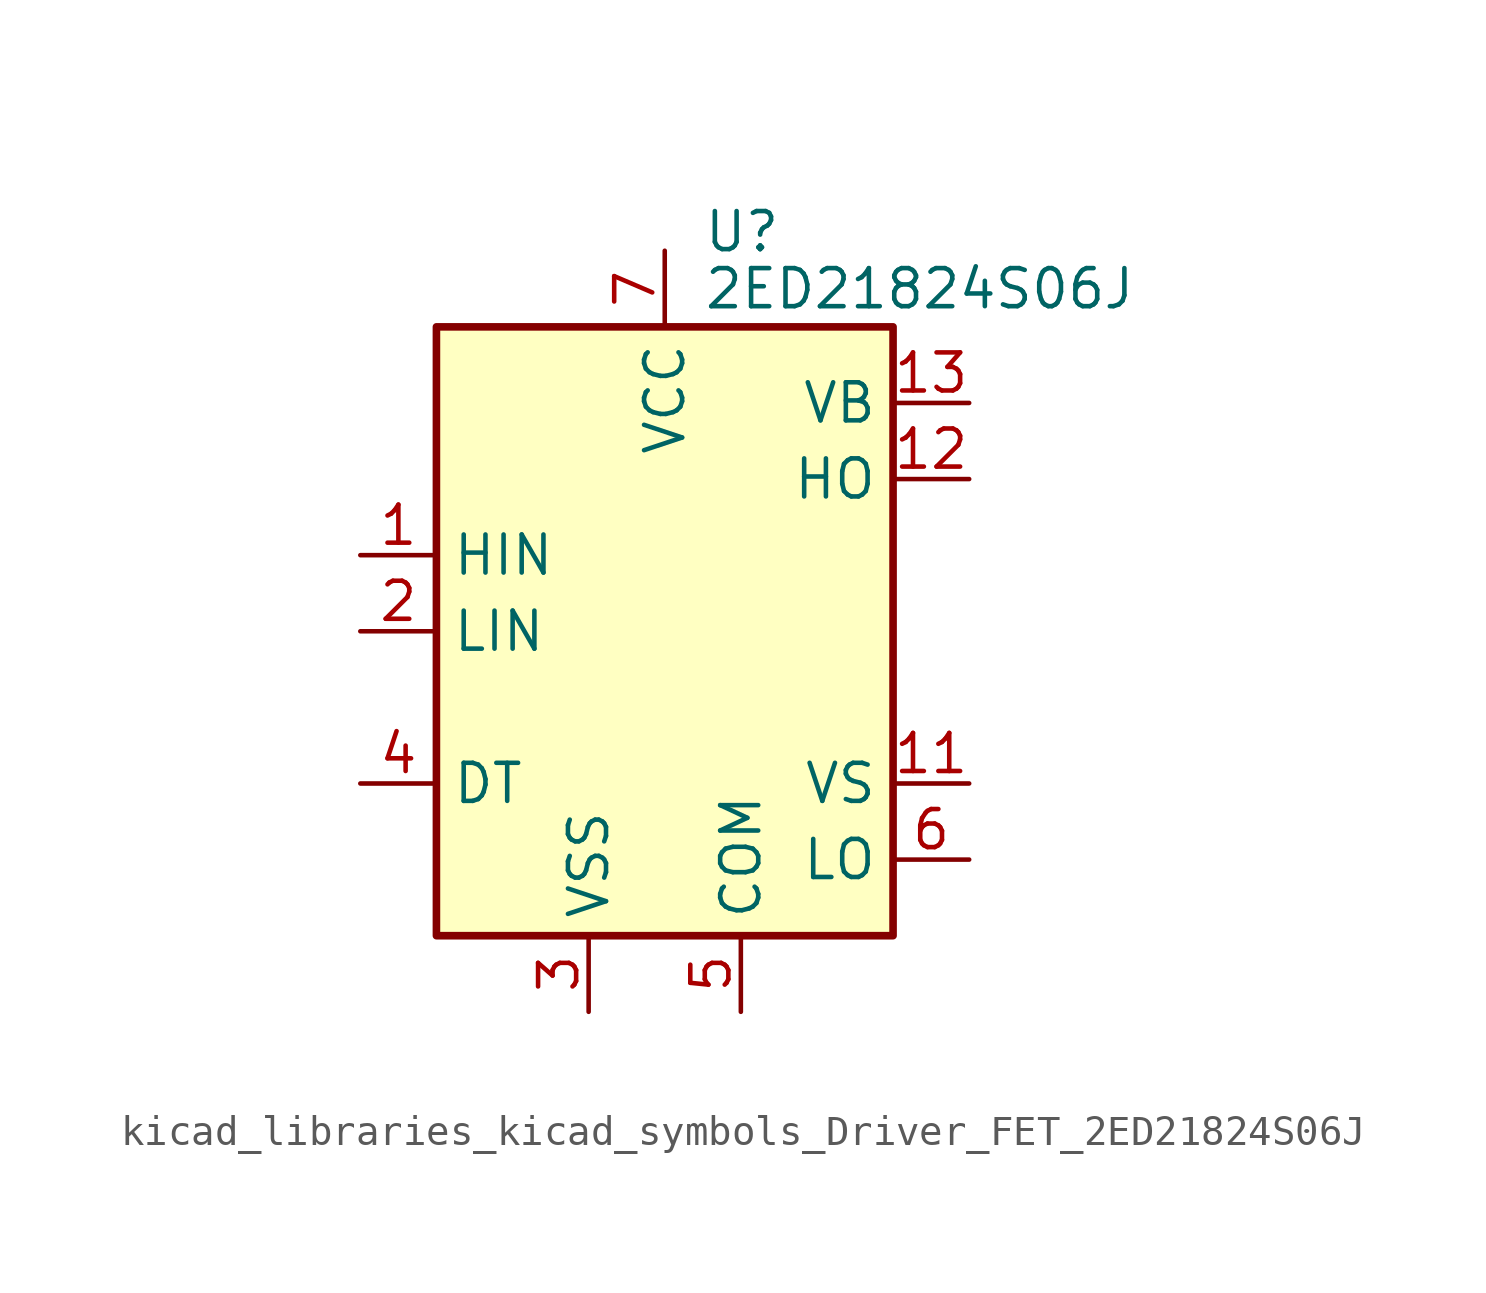
<source format=kicad_sym>
(kicad_symbol_lib
  (version 20220914)
  (generator kicad_symbol_editor)
  (symbol "kicad_libraries_kicad_symbols_Driver_FET_2ED21824S06J"
    (property "Reference" "U"
      (at 1.27 13.335 0)
      (effects (font (size 1.27 1.27)) (justify left)))
    (property "Value" "2ED21824S06J"
      (at 1.27 11.43 0)
      (effects (font (size 1.27 1.27)) (justify left)))
    (symbol "kicad_libraries_kicad_symbols_Driver_FET_2ED21824S06J_0_1"
      (rectangle (start -7.62 -10.16) (end 7.62 10.16) (stroke (width 0.254) (type default)) (fill (type background))))
    (symbol "kicad_libraries_kicad_symbols_Driver_FET_2ED21824S06J_1_1"
      (pin input line (at -10.16 2.54 0) (length 2.54) (name "HIN" (effects (font (size 1.27 1.27)))) (number "1" (effects (font (size 1.27 1.27)))))
      (pin no_connect line (at 7.62 -2.54 180) (length 2.54) hide (name "NC" (effects (font (size 1.27 1.27)))) (number "10" (effects (font (size 1.27 1.27)))))
      (pin passive line (at 10.16 -5.08 180) (length 2.54) (name "VS" (effects (font (size 1.27 1.27)))) (number "11" (effects (font (size 1.27 1.27)))))
      (pin output line (at 10.16 5.08 180) (length 2.54) (name "HO" (effects (font (size 1.27 1.27)))) (number "12" (effects (font (size 1.27 1.27)))))
      (pin passive line (at 10.16 7.62 180) (length 2.54) (name "VB" (effects (font (size 1.27 1.27)))) (number "13" (effects (font (size 1.27 1.27)))))
      (pin no_connect line (at 7.62 2.54 180) (length 2.54) hide (name "NC" (effects (font (size 1.27 1.27)))) (number "14" (effects (font (size 1.27 1.27)))))
      (pin input line (at -10.16 0 0) (length 2.54) (name "LIN" (effects (font (size 1.27 1.27)))) (number "2" (effects (font (size 1.27 1.27)))))
      (pin power_in line (at -2.54 -12.7 90) (length 2.54) (name "VSS" (effects (font (size 1.27 1.27)))) (number "3" (effects (font (size 1.27 1.27)))))
      (pin passive line (at -10.16 -5.08 0) (length 2.54) (name "DT" (effects (font (size 1.27 1.27)))) (number "4" (effects (font (size 1.27 1.27)))))
      (pin power_in line (at 2.54 -12.7 90) (length 2.54) (name "COM" (effects (font (size 1.27 1.27)))) (number "5" (effects (font (size 1.27 1.27)))))
      (pin output line (at 10.16 -7.62 180) (length 2.54) (name "LO" (effects (font (size 1.27 1.27)))) (number "6" (effects (font (size 1.27 1.27)))))
      (pin power_in line (at 0 12.7 270) (length 2.54) (name "VCC" (effects (font (size 1.27 1.27)))) (number "7" (effects (font (size 1.27 1.27)))))
      (pin no_connect line (at -7.62 5.08 0) (length 2.54) hide (name "NC" (effects (font (size 1.27 1.27)))) (number "8" (effects (font (size 1.27 1.27)))))
      (pin no_connect line (at -7.62 -2.54 0) (length 2.54) hide (name "NC" (effects (font (size 1.27 1.27)))) (number "9" (effects (font (size 1.27 1.27))))))))
</source>
